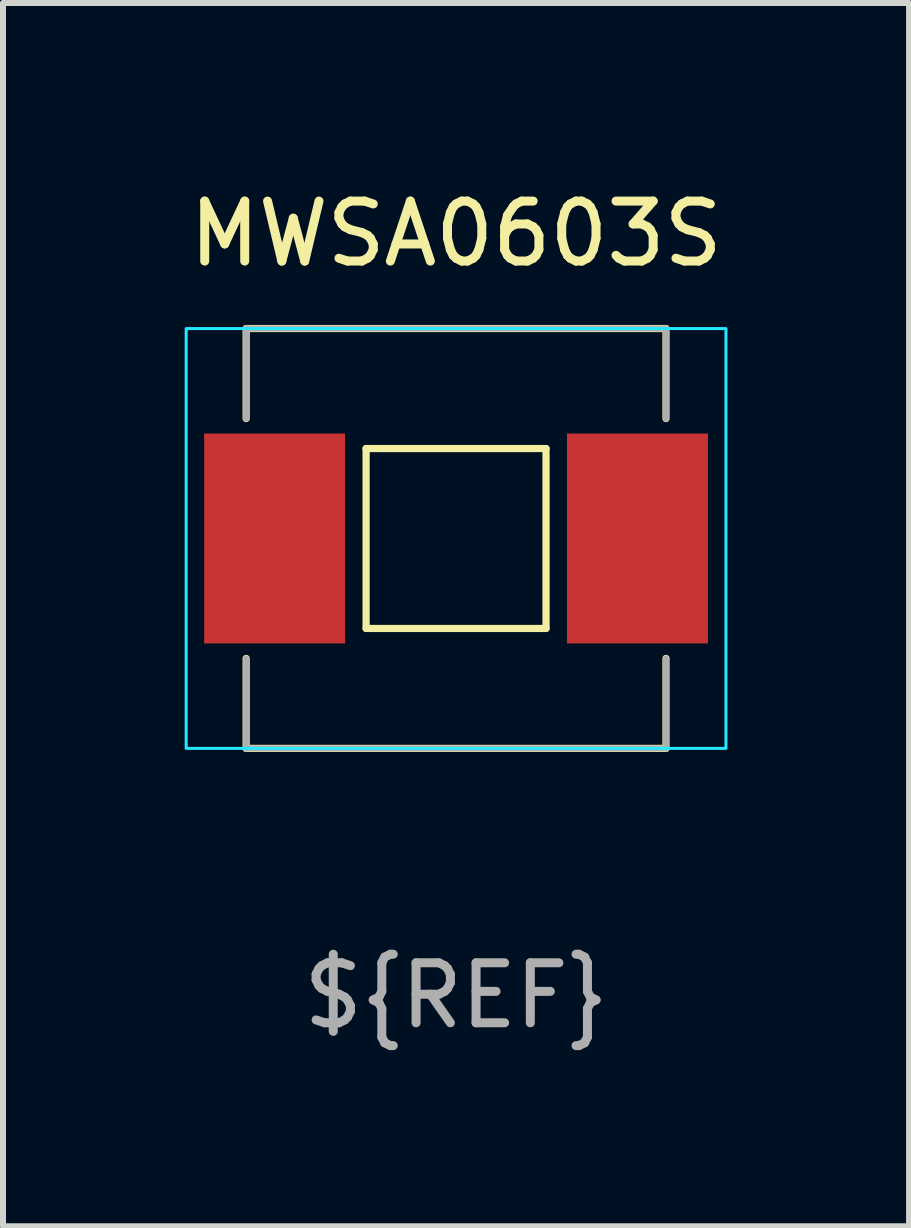
<source format=kicad_pcb>
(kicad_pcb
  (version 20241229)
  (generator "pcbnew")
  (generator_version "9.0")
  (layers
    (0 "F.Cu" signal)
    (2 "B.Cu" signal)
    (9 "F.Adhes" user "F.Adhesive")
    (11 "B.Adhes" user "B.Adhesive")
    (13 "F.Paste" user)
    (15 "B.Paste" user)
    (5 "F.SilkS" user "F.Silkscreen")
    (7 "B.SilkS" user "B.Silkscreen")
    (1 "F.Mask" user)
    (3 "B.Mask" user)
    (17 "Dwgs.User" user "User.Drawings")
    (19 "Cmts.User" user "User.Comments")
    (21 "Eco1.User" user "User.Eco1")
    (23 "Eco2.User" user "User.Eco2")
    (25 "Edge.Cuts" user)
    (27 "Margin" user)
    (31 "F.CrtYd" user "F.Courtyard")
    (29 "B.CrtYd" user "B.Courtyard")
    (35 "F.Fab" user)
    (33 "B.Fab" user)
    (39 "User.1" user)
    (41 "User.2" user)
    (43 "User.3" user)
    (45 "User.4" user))
  (footprint "MWSA0603S"
    (layer "F.Cu")
    (at 4.554 5.928)
    (property "Reference" "MWSA0603S" (at 0 -5.08 0) (unlocked yes) (layer "F.SilkS") (effects (font (size 1 1) (thickness 0.15))))
    (attr smd)
    (fp_line (start -3.5 -3.5) (end 3.5 -3.5) (stroke (width 0.12) (type solid)) (layer "F.SilkS"))
    (fp_line (start -3.5 -2) (end -3.5 -3.5) (stroke (width 0.12) (type solid)) (layer "F.SilkS"))
    (fp_line (start -3.5 2) (end -3.5 3.5) (stroke (width 0.12) (type solid)) (layer "F.SilkS"))
    (fp_line (start -3.5 3.5) (end 3.5 3.5) (stroke (width 0.12) (type solid)) (layer "F.SilkS"))
    (fp_line (start -1.5 -1.5) (end -1.5 1.5) (stroke (width 0.12) (type solid)) (layer "F.SilkS"))
    (fp_line (start -1.5 1.5) (end 1.5 1.5) (stroke (width 0.12) (type solid)) (layer "F.SilkS"))
    (fp_line (start 1.5 -1.5) (end -1.5 -1.5) (stroke (width 0.12) (type solid)) (layer "F.SilkS"))
    (fp_line (start 1.5 1.5) (end 1.5 -1.5) (stroke (width 0.12) (type solid)) (layer "F.SilkS"))
    (fp_line (start 3.5 -3.5) (end 3.5 -2) (stroke (width 0.12) (type solid)) (layer "F.SilkS"))
    (fp_line (start 3.5 3.5) (end 3.5 2) (stroke (width 0.12) (type solid)) (layer "F.SilkS"))
    (fp_rect (start -4.5 -3.5) (end 4.5 3.5) (stroke (width 0.05) (type solid)) (fill no) (layer "B.CrtYd"))
    (fp_line (start -3.5 -3.5) (end 3.5 -3.5) (stroke (width 0.1) (type solid)) (layer "F.Fab"))
    (fp_line (start -3.5 -2) (end -3.5 -3.5) (stroke (width 0.1) (type solid)) (layer "F.Fab"))
    (fp_line (start -3.5 2) (end -3.5 3.5) (stroke (width 0.1) (type solid)) (layer "F.Fab"))
    (fp_line (start -3.5 3.5) (end 3.5 3.5) (stroke (width 0.1) (type solid)) (layer "F.Fab"))
    (fp_line (start 3.5 -3.5) (end 3.5 -2) (stroke (width 0.1) (type solid)) (layer "F.Fab"))
    (fp_line (start 3.5 3.5) (end 3.5 2) (stroke (width 0.1) (type solid)) (layer "F.Fab"))
    (fp_text user "${REF}" (at 0 7.62 0) (unlocked yes) (layer "F.Fab") (effects (font (size 1 1) (thickness 0.15))))
    (pad "1" smd rect (at -3.025 0) (size 2.35 3.5) (layers "F.Cu" "F.Mask" "F.Paste"))
    (pad "2" smd rect (at 3.025 0) (size 2.35 3.5) (layers "F.Cu" "F.Mask" "F.Paste")))
  (gr_rect
    (start -3 -3)
    (end 12.107 17.396)
    (stroke (width 0.1) (type default))
    (fill no)
    (layer "Edge.Cuts")))
</source>
